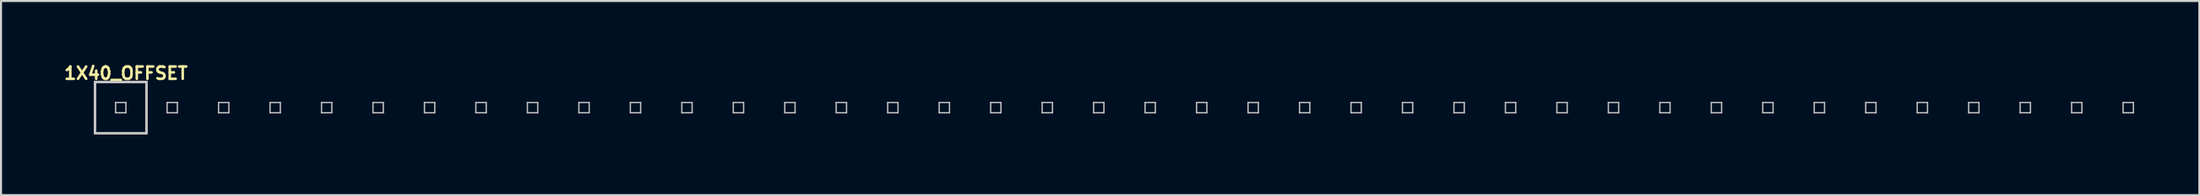
<source format=kicad_pcb>
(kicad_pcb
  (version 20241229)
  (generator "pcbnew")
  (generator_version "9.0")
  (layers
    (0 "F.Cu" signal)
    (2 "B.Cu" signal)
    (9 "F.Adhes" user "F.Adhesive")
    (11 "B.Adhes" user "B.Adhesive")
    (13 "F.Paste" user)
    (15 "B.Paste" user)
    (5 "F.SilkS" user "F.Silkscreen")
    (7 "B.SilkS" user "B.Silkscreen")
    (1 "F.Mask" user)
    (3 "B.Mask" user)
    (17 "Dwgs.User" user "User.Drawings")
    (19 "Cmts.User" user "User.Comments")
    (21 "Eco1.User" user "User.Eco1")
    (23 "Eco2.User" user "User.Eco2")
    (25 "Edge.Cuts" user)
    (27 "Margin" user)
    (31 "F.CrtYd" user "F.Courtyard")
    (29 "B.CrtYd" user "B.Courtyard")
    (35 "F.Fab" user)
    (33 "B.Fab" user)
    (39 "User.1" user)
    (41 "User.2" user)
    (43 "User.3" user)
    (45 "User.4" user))
  (footprint "1X40_OFFSET"
    (layer "F.Cu")
    (at 2.909 2.281)
    (property "Reference" "1X40_OFFSET" (at 0.254 -1.702 0) (layer "F.SilkS") (effects (font (size 0.61 0.61) (thickness 0.127))))
    (attr exclude_from_pos_files exclude_from_bom)
    (fp_line (start -1.27 -1.27) (end -1.27 1.27) (stroke (width 0.127) (type solid)) (layer "Dwgs.User"))
    (fp_line (start -1.27 1.27) (end 1.27 1.27) (stroke (width 0.127) (type solid)) (layer "Dwgs.User"))
    (fp_line (start -0.254 -0.254) (end 0.254 -0.254) (stroke (width 0.066) (type solid)) (layer "Dwgs.User"))
    (fp_line (start -0.254 0.254) (end -0.254 -0.254) (stroke (width 0.066) (type solid)) (layer "Dwgs.User"))
    (fp_line (start -0.254 0.254) (end 0.254 0.254) (stroke (width 0.066) (type solid)) (layer "Dwgs.User"))
    (fp_line (start 0.254 0.254) (end 0.254 -0.254) (stroke (width 0.066) (type solid)) (layer "Dwgs.User"))
    (fp_line (start 1.27 -1.27) (end -1.27 -1.27) (stroke (width 0.127) (type solid)) (layer "Dwgs.User"))
    (fp_line (start 1.27 1.27) (end 1.27 -1.27) (stroke (width 0.127) (type solid)) (layer "Dwgs.User"))
    (fp_line (start 2.286 -0.254) (end 2.794 -0.254) (stroke (width 0.066) (type solid)) (layer "Dwgs.User"))
    (fp_line (start 2.286 0.254) (end 2.286 -0.254) (stroke (width 0.066) (type solid)) (layer "Dwgs.User"))
    (fp_line (start 2.286 0.254) (end 2.794 0.254) (stroke (width 0.066) (type solid)) (layer "Dwgs.User"))
    (fp_line (start 2.794 0.254) (end 2.794 -0.254) (stroke (width 0.066) (type solid)) (layer "Dwgs.User"))
    (fp_line (start 4.826 -0.254) (end 5.334 -0.254) (stroke (width 0.066) (type solid)) (layer "Dwgs.User"))
    (fp_line (start 4.826 0.254) (end 4.826 -0.254) (stroke (width 0.066) (type solid)) (layer "Dwgs.User"))
    (fp_line (start 4.826 0.254) (end 5.334 0.254) (stroke (width 0.066) (type solid)) (layer "Dwgs.User"))
    (fp_line (start 5.334 0.254) (end 5.334 -0.254) (stroke (width 0.066) (type solid)) (layer "Dwgs.User"))
    (fp_line (start 7.366 -0.254) (end 7.874 -0.254) (stroke (width 0.066) (type solid)) (layer "Dwgs.User"))
    (fp_line (start 7.366 0.254) (end 7.366 -0.254) (stroke (width 0.066) (type solid)) (layer "Dwgs.User"))
    (fp_line (start 7.366 0.254) (end 7.874 0.254) (stroke (width 0.066) (type solid)) (layer "Dwgs.User"))
    (fp_line (start 7.874 0.254) (end 7.874 -0.254) (stroke (width 0.066) (type solid)) (layer "Dwgs.User"))
    (fp_line (start 9.906 -0.254) (end 10.414 -0.254) (stroke (width 0.066) (type solid)) (layer "Dwgs.User"))
    (fp_line (start 9.906 0.254) (end 9.906 -0.254) (stroke (width 0.066) (type solid)) (layer "Dwgs.User"))
    (fp_line (start 9.906 0.254) (end 10.414 0.254) (stroke (width 0.066) (type solid)) (layer "Dwgs.User"))
    (fp_line (start 10.414 0.254) (end 10.414 -0.254) (stroke (width 0.066) (type solid)) (layer "Dwgs.User"))
    (fp_line (start 12.446 -0.254) (end 12.954 -0.254) (stroke (width 0.066) (type solid)) (layer "Dwgs.User"))
    (fp_line (start 12.446 0.254) (end 12.446 -0.254) (stroke (width 0.066) (type solid)) (layer "Dwgs.User"))
    (fp_line (start 12.446 0.254) (end 12.954 0.254) (stroke (width 0.066) (type solid)) (layer "Dwgs.User"))
    (fp_line (start 12.954 0.254) (end 12.954 -0.254) (stroke (width 0.066) (type solid)) (layer "Dwgs.User"))
    (fp_line (start 14.986 -0.254) (end 15.494 -0.254) (stroke (width 0.066) (type solid)) (layer "Dwgs.User"))
    (fp_line (start 14.986 0.254) (end 14.986 -0.254) (stroke (width 0.066) (type solid)) (layer "Dwgs.User"))
    (fp_line (start 14.986 0.254) (end 15.494 0.254) (stroke (width 0.066) (type solid)) (layer "Dwgs.User"))
    (fp_line (start 15.494 0.254) (end 15.494 -0.254) (stroke (width 0.066) (type solid)) (layer "Dwgs.User"))
    (fp_line (start 17.523 -0.254) (end 18.034 -0.254) (stroke (width 0.066) (type solid)) (layer "Dwgs.User"))
    (fp_line (start 17.523 0.254) (end 17.523 -0.254) (stroke (width 0.066) (type solid)) (layer "Dwgs.User"))
    (fp_line (start 17.523 0.254) (end 18.034 0.254) (stroke (width 0.066) (type solid)) (layer "Dwgs.User"))
    (fp_line (start 18.034 0.254) (end 18.034 -0.254) (stroke (width 0.066) (type solid)) (layer "Dwgs.User"))
    (fp_line (start 20.066 -0.254) (end 20.574 -0.254) (stroke (width 0.066) (type solid)) (layer "Dwgs.User"))
    (fp_line (start 20.066 0.254) (end 20.066 -0.254) (stroke (width 0.066) (type solid)) (layer "Dwgs.User"))
    (fp_line (start 20.066 0.254) (end 20.574 0.254) (stroke (width 0.066) (type solid)) (layer "Dwgs.User"))
    (fp_line (start 20.574 0.254) (end 20.574 -0.254) (stroke (width 0.066) (type solid)) (layer "Dwgs.User"))
    (fp_line (start 22.606 -0.254) (end 23.114 -0.254) (stroke (width 0.066) (type solid)) (layer "Dwgs.User"))
    (fp_line (start 22.606 0.254) (end 22.606 -0.254) (stroke (width 0.066) (type solid)) (layer "Dwgs.User"))
    (fp_line (start 22.606 0.254) (end 23.114 0.254) (stroke (width 0.066) (type solid)) (layer "Dwgs.User"))
    (fp_line (start 23.114 0.254) (end 23.114 -0.254) (stroke (width 0.066) (type solid)) (layer "Dwgs.User"))
    (fp_line (start 25.146 -0.254) (end 25.654 -0.254) (stroke (width 0.066) (type solid)) (layer "Dwgs.User"))
    (fp_line (start 25.146 0.254) (end 25.146 -0.254) (stroke (width 0.066) (type solid)) (layer "Dwgs.User"))
    (fp_line (start 25.146 0.254) (end 25.654 0.254) (stroke (width 0.066) (type solid)) (layer "Dwgs.User"))
    (fp_line (start 25.654 0.254) (end 25.654 -0.254) (stroke (width 0.066) (type solid)) (layer "Dwgs.User"))
    (fp_line (start 27.686 -0.254) (end 28.194 -0.254) (stroke (width 0.066) (type solid)) (layer "Dwgs.User"))
    (fp_line (start 27.686 0.254) (end 27.686 -0.254) (stroke (width 0.066) (type solid)) (layer "Dwgs.User"))
    (fp_line (start 27.686 0.254) (end 28.194 0.254) (stroke (width 0.066) (type solid)) (layer "Dwgs.User"))
    (fp_line (start 28.194 0.254) (end 28.194 -0.254) (stroke (width 0.066) (type solid)) (layer "Dwgs.User"))
    (fp_line (start 30.226 -0.254) (end 30.734 -0.254) (stroke (width 0.066) (type solid)) (layer "Dwgs.User"))
    (fp_line (start 30.226 0.254) (end 30.226 -0.254) (stroke (width 0.066) (type solid)) (layer "Dwgs.User"))
    (fp_line (start 30.226 0.254) (end 30.734 0.254) (stroke (width 0.066) (type solid)) (layer "Dwgs.User"))
    (fp_line (start 30.734 0.254) (end 30.734 -0.254) (stroke (width 0.066) (type solid)) (layer "Dwgs.User"))
    (fp_line (start 32.766 -0.254) (end 33.274 -0.254) (stroke (width 0.066) (type solid)) (layer "Dwgs.User"))
    (fp_line (start 32.766 0.254) (end 32.766 -0.254) (stroke (width 0.066) (type solid)) (layer "Dwgs.User"))
    (fp_line (start 32.766 0.254) (end 33.274 0.254) (stroke (width 0.066) (type solid)) (layer "Dwgs.User"))
    (fp_line (start 33.274 0.254) (end 33.274 -0.254) (stroke (width 0.066) (type solid)) (layer "Dwgs.User"))
    (fp_line (start 35.303 -0.254) (end 35.814 -0.254) (stroke (width 0.066) (type solid)) (layer "Dwgs.User"))
    (fp_line (start 35.303 0.254) (end 35.303 -0.254) (stroke (width 0.066) (type solid)) (layer "Dwgs.User"))
    (fp_line (start 35.303 0.254) (end 35.814 0.254) (stroke (width 0.066) (type solid)) (layer "Dwgs.User"))
    (fp_line (start 35.814 0.254) (end 35.814 -0.254) (stroke (width 0.066) (type solid)) (layer "Dwgs.User"))
    (fp_line (start 37.846 -0.254) (end 38.354 -0.254) (stroke (width 0.066) (type solid)) (layer "Dwgs.User"))
    (fp_line (start 37.846 0.254) (end 37.846 -0.254) (stroke (width 0.066) (type solid)) (layer "Dwgs.User"))
    (fp_line (start 37.846 0.254) (end 38.354 0.254) (stroke (width 0.066) (type solid)) (layer "Dwgs.User"))
    (fp_line (start 38.354 0.254) (end 38.354 -0.254) (stroke (width 0.066) (type solid)) (layer "Dwgs.User"))
    (fp_line (start 40.386 -0.254) (end 40.894 -0.254) (stroke (width 0.066) (type solid)) (layer "Dwgs.User"))
    (fp_line (start 40.386 0.254) (end 40.386 -0.254) (stroke (width 0.066) (type solid)) (layer "Dwgs.User"))
    (fp_line (start 40.386 0.254) (end 40.894 0.254) (stroke (width 0.066) (type solid)) (layer "Dwgs.User"))
    (fp_line (start 40.894 0.254) (end 40.894 -0.254) (stroke (width 0.066) (type solid)) (layer "Dwgs.User"))
    (fp_line (start 42.926 -0.254) (end 43.434 -0.254) (stroke (width 0.066) (type solid)) (layer "Dwgs.User"))
    (fp_line (start 42.926 0.254) (end 42.926 -0.254) (stroke (width 0.066) (type solid)) (layer "Dwgs.User"))
    (fp_line (start 42.926 0.254) (end 43.434 0.254) (stroke (width 0.066) (type solid)) (layer "Dwgs.User"))
    (fp_line (start 43.434 0.254) (end 43.434 -0.254) (stroke (width 0.066) (type solid)) (layer "Dwgs.User"))
    (fp_line (start 45.466 -0.254) (end 45.974 -0.254) (stroke (width 0.066) (type solid)) (layer "Dwgs.User"))
    (fp_line (start 45.466 0.254) (end 45.466 -0.254) (stroke (width 0.066) (type solid)) (layer "Dwgs.User"))
    (fp_line (start 45.466 0.254) (end 45.974 0.254) (stroke (width 0.066) (type solid)) (layer "Dwgs.User"))
    (fp_line (start 45.974 0.254) (end 45.974 -0.254) (stroke (width 0.066) (type solid)) (layer "Dwgs.User"))
    (fp_line (start 48.006 -0.254) (end 48.514 -0.254) (stroke (width 0.066) (type solid)) (layer "Dwgs.User"))
    (fp_line (start 48.006 0.254) (end 48.006 -0.254) (stroke (width 0.066) (type solid)) (layer "Dwgs.User"))
    (fp_line (start 48.006 0.254) (end 48.514 0.254) (stroke (width 0.066) (type solid)) (layer "Dwgs.User"))
    (fp_line (start 48.514 0.254) (end 48.514 -0.254) (stroke (width 0.066) (type solid)) (layer "Dwgs.User"))
    (fp_line (start 50.546 -0.254) (end 51.051 -0.254) (stroke (width 0.066) (type solid)) (layer "Dwgs.User"))
    (fp_line (start 50.546 0.254) (end 50.546 -0.254) (stroke (width 0.066) (type solid)) (layer "Dwgs.User"))
    (fp_line (start 50.546 0.254) (end 51.051 0.254) (stroke (width 0.066) (type solid)) (layer "Dwgs.User"))
    (fp_line (start 51.051 0.254) (end 51.051 -0.254) (stroke (width 0.066) (type solid)) (layer "Dwgs.User"))
    (fp_line (start 53.086 -0.254) (end 53.594 -0.254) (stroke (width 0.066) (type solid)) (layer "Dwgs.User"))
    (fp_line (start 53.086 0.254) (end 53.086 -0.254) (stroke (width 0.066) (type solid)) (layer "Dwgs.User"))
    (fp_line (start 53.086 0.254) (end 53.594 0.254) (stroke (width 0.066) (type solid)) (layer "Dwgs.User"))
    (fp_line (start 53.594 0.254) (end 53.594 -0.254) (stroke (width 0.066) (type solid)) (layer "Dwgs.User"))
    (fp_line (start 55.626 -0.254) (end 56.134 -0.254) (stroke (width 0.066) (type solid)) (layer "Dwgs.User"))
    (fp_line (start 55.626 0.254) (end 55.626 -0.254) (stroke (width 0.066) (type solid)) (layer "Dwgs.User"))
    (fp_line (start 55.626 0.254) (end 56.134 0.254) (stroke (width 0.066) (type solid)) (layer "Dwgs.User"))
    (fp_line (start 56.134 0.254) (end 56.134 -0.254) (stroke (width 0.066) (type solid)) (layer "Dwgs.User"))
    (fp_line (start 58.166 -0.254) (end 58.674 -0.254) (stroke (width 0.066) (type solid)) (layer "Dwgs.User"))
    (fp_line (start 58.166 0.254) (end 58.166 -0.254) (stroke (width 0.066) (type solid)) (layer "Dwgs.User"))
    (fp_line (start 58.166 0.254) (end 58.674 0.254) (stroke (width 0.066) (type solid)) (layer "Dwgs.User"))
    (fp_line (start 58.674 0.254) (end 58.674 -0.254) (stroke (width 0.066) (type solid)) (layer "Dwgs.User"))
    (fp_line (start 60.706 -0.254) (end 61.214 -0.254) (stroke (width 0.066) (type solid)) (layer "Dwgs.User"))
    (fp_line (start 60.706 0.254) (end 60.706 -0.254) (stroke (width 0.066) (type solid)) (layer "Dwgs.User"))
    (fp_line (start 60.706 0.254) (end 61.214 0.254) (stroke (width 0.066) (type solid)) (layer "Dwgs.User"))
    (fp_line (start 61.214 0.254) (end 61.214 -0.254) (stroke (width 0.066) (type solid)) (layer "Dwgs.User"))
    (fp_line (start 63.246 -0.254) (end 63.751 -0.254) (stroke (width 0.066) (type solid)) (layer "Dwgs.User"))
    (fp_line (start 63.246 0.254) (end 63.246 -0.254) (stroke (width 0.066) (type solid)) (layer "Dwgs.User"))
    (fp_line (start 63.246 0.254) (end 63.751 0.254) (stroke (width 0.066) (type solid)) (layer "Dwgs.User"))
    (fp_line (start 63.751 0.254) (end 63.751 -0.254) (stroke (width 0.066) (type solid)) (layer "Dwgs.User"))
    (fp_line (start 65.786 -0.254) (end 66.294 -0.254) (stroke (width 0.066) (type solid)) (layer "Dwgs.User"))
    (fp_line (start 65.786 0.254) (end 65.786 -0.254) (stroke (width 0.066) (type solid)) (layer "Dwgs.User"))
    (fp_line (start 65.786 0.254) (end 66.294 0.254) (stroke (width 0.066) (type solid)) (layer "Dwgs.User"))
    (fp_line (start 66.294 0.254) (end 66.294 -0.254) (stroke (width 0.066) (type solid)) (layer "Dwgs.User"))
    (fp_line (start 68.326 -0.254) (end 68.834 -0.254) (stroke (width 0.066) (type solid)) (layer "Dwgs.User"))
    (fp_line (start 68.326 0.254) (end 68.326 -0.254) (stroke (width 0.066) (type solid)) (layer "Dwgs.User"))
    (fp_line (start 68.326 0.254) (end 68.834 0.254) (stroke (width 0.066) (type solid)) (layer "Dwgs.User"))
    (fp_line (start 68.834 0.254) (end 68.834 -0.254) (stroke (width 0.066) (type solid)) (layer "Dwgs.User"))
    (fp_line (start 70.866 -0.254) (end 71.374 -0.254) (stroke (width 0.066) (type solid)) (layer "Dwgs.User"))
    (fp_line (start 70.866 0.254) (end 70.866 -0.254) (stroke (width 0.066) (type solid)) (layer "Dwgs.User"))
    (fp_line (start 70.866 0.254) (end 71.374 0.254) (stroke (width 0.066) (type solid)) (layer "Dwgs.User"))
    (fp_line (start 71.374 0.254) (end 71.374 -0.254) (stroke (width 0.066) (type solid)) (layer "Dwgs.User"))
    (fp_line (start 73.406 -0.254) (end 73.914 -0.254) (stroke (width 0.066) (type solid)) (layer "Dwgs.User"))
    (fp_line (start 73.406 0.254) (end 73.406 -0.254) (stroke (width 0.066) (type solid)) (layer "Dwgs.User"))
    (fp_line (start 73.406 0.254) (end 73.914 0.254) (stroke (width 0.066) (type solid)) (layer "Dwgs.User"))
    (fp_line (start 73.914 0.254) (end 73.914 -0.254) (stroke (width 0.066) (type solid)) (layer "Dwgs.User"))
    (fp_line (start 75.946 -0.254) (end 76.451 -0.254) (stroke (width 0.066) (type solid)) (layer "Dwgs.User"))
    (fp_line (start 75.946 0.254) (end 75.946 -0.254) (stroke (width 0.066) (type solid)) (layer "Dwgs.User"))
    (fp_line (start 75.946 0.254) (end 76.451 0.254) (stroke (width 0.066) (type solid)) (layer "Dwgs.User"))
    (fp_line (start 76.451 0.254) (end 76.451 -0.254) (stroke (width 0.066) (type solid)) (layer "Dwgs.User"))
    (fp_line (start 78.486 -0.254) (end 78.994 -0.254) (stroke (width 0.066) (type solid)) (layer "Dwgs.User"))
    (fp_line (start 78.486 0.254) (end 78.486 -0.254) (stroke (width 0.066) (type solid)) (layer "Dwgs.User"))
    (fp_line (start 78.486 0.254) (end 78.994 0.254) (stroke (width 0.066) (type solid)) (layer "Dwgs.User"))
    (fp_line (start 78.994 0.254) (end 78.994 -0.254) (stroke (width 0.066) (type solid)) (layer "Dwgs.User"))
    (fp_line (start 81.026 -0.254) (end 81.534 -0.254) (stroke (width 0.066) (type solid)) (layer "Dwgs.User"))
    (fp_line (start 81.026 0.254) (end 81.026 -0.254) (stroke (width 0.066) (type solid)) (layer "Dwgs.User"))
    (fp_line (start 81.026 0.254) (end 81.534 0.254) (stroke (width 0.066) (type solid)) (layer "Dwgs.User"))
    (fp_line (start 81.534 0.254) (end 81.534 -0.254) (stroke (width 0.066) (type solid)) (layer "Dwgs.User"))
    (fp_line (start 83.566 -0.254) (end 84.074 -0.254) (stroke (width 0.066) (type solid)) (layer "Dwgs.User"))
    (fp_line (start 83.566 0.254) (end 83.566 -0.254) (stroke (width 0.066) (type solid)) (layer "Dwgs.User"))
    (fp_line (start 83.566 0.254) (end 84.074 0.254) (stroke (width 0.066) (type solid)) (layer "Dwgs.User"))
    (fp_line (start 84.074 0.254) (end 84.074 -0.254) (stroke (width 0.066) (type solid)) (layer "Dwgs.User"))
    (fp_line (start 86.106 -0.254) (end 86.614 -0.254) (stroke (width 0.066) (type solid)) (layer "Dwgs.User"))
    (fp_line (start 86.106 0.254) (end 86.106 -0.254) (stroke (width 0.066) (type solid)) (layer "Dwgs.User"))
    (fp_line (start 86.106 0.254) (end 86.614 0.254) (stroke (width 0.066) (type solid)) (layer "Dwgs.User"))
    (fp_line (start 86.614 0.254) (end 86.614 -0.254) (stroke (width 0.066) (type solid)) (layer "Dwgs.User"))
    (fp_line (start 88.646 -0.254) (end 89.154 -0.254) (stroke (width 0.066) (type solid)) (layer "Dwgs.User"))
    (fp_line (start 88.646 0.254) (end 88.646 -0.254) (stroke (width 0.066) (type solid)) (layer "Dwgs.User"))
    (fp_line (start 88.646 0.254) (end 89.154 0.254) (stroke (width 0.066) (type solid)) (layer "Dwgs.User"))
    (fp_line (start 89.154 0.254) (end 89.154 -0.254) (stroke (width 0.066) (type solid)) (layer "Dwgs.User"))
    (fp_line (start 91.186 -0.254) (end 91.694 -0.254) (stroke (width 0.066) (type solid)) (layer "Dwgs.User"))
    (fp_line (start 91.186 0.254) (end 91.186 -0.254) (stroke (width 0.066) (type solid)) (layer "Dwgs.User"))
    (fp_line (start 91.186 0.254) (end 91.694 0.254) (stroke (width 0.066) (type solid)) (layer "Dwgs.User"))
    (fp_line (start 91.694 0.254) (end 91.694 -0.254) (stroke (width 0.066) (type solid)) (layer "Dwgs.User"))
    (fp_line (start 93.726 -0.254) (end 94.234 -0.254) (stroke (width 0.066) (type solid)) (layer "Dwgs.User"))
    (fp_line (start 93.726 0.254) (end 93.726 -0.254) (stroke (width 0.066) (type solid)) (layer "Dwgs.User"))
    (fp_line (start 93.726 0.254) (end 94.234 0.254) (stroke (width 0.066) (type solid)) (layer "Dwgs.User"))
    (fp_line (start 94.234 0.254) (end 94.234 -0.254) (stroke (width 0.066) (type solid)) (layer "Dwgs.User"))
    (fp_line (start 96.266 -0.254) (end 96.774 -0.254) (stroke (width 0.066) (type solid)) (layer "Dwgs.User"))
    (fp_line (start 96.266 0.254) (end 96.266 -0.254) (stroke (width 0.066) (type solid)) (layer "Dwgs.User"))
    (fp_line (start 96.266 0.254) (end 96.774 0.254) (stroke (width 0.066) (type solid)) (layer "Dwgs.User"))
    (fp_line (start 96.774 0.254) (end 96.774 -0.254) (stroke (width 0.066) (type solid)) (layer "Dwgs.User"))
    (fp_line (start 98.806 -0.254) (end 99.314 -0.254) (stroke (width 0.066) (type solid)) (layer "Dwgs.User"))
    (fp_line (start 98.806 0.254) (end 98.806 -0.254) (stroke (width 0.066) (type solid)) (layer "Dwgs.User"))
    (fp_line (start 98.806 0.254) (end 99.314 0.254) (stroke (width 0.066) (type solid)) (layer "Dwgs.User"))
    (fp_line (start 99.314 0.254) (end 99.314 -0.254) (stroke (width 0.066) (type solid)) (layer "Dwgs.User"))
    (pad "1" thru_hole rect (at 0 0) (size 0.001 0.001) (drill 1.016) (layers "*.Cu" "*.Mask"))
    (pad "2" thru_hole rect (at 2.54 0) (size 0.001 0.001) (drill 1.016) (layers "*.Cu" "*.Mask"))
    (pad "3" thru_hole rect (at 5.08 0) (size 0.001 0.001) (drill 1.016) (layers "*.Cu" "*.Mask"))
    (pad "4" thru_hole rect (at 7.62 0) (size 0.001 0.001) (drill 1.016) (layers "*.Cu" "*.Mask"))
    (pad "5" thru_hole rect (at 10.16 0) (size 0.001 0.001) (drill 1.016) (layers "*.Cu" "*.Mask"))
    (pad "6" thru_hole rect (at 12.7 0) (size 0.001 0.001) (drill 1.016) (layers "*.Cu" "*.Mask"))
    (pad "7" thru_hole rect (at 15.24 0) (size 0.001 0.001) (drill 1.016) (layers "*.Cu" "*.Mask"))
    (pad "8" thru_hole rect (at 17.78 0) (size 0.001 0.001) (drill 1.016) (layers "*.Cu" "*.Mask"))
    (pad "9" thru_hole rect (at 20.32 0) (size 0.001 0.001) (drill 1.016) (layers "*.Cu" "*.Mask"))
    (pad "10" thru_hole rect (at 22.86 0) (size 0.001 0.001) (drill 1.016) (layers "*.Cu" "*.Mask"))
    (pad "11" thru_hole rect (at 25.4 0) (size 0.001 0.001) (drill 1.016) (layers "*.Cu" "*.Mask"))
    (pad "12" thru_hole rect (at 27.94 0) (size 0.001 0.001) (drill 1.016) (layers "*.Cu" "*.Mask"))
    (pad "13" thru_hole rect (at 30.48 0) (size 0.001 0.001) (drill 1.016) (layers "*.Cu" "*.Mask"))
    (pad "14" thru_hole rect (at 33.02 0) (size 0.001 0.001) (drill 1.016) (layers "*.Cu" "*.Mask"))
    (pad "15" thru_hole rect (at 35.56 0) (size 0.001 0.001) (drill 1.016) (layers "*.Cu" "*.Mask"))
    (pad "16" thru_hole rect (at 38.1 0) (size 0.001 0.001) (drill 1.016) (layers "*.Cu" "*.Mask"))
    (pad "17" thru_hole rect (at 40.64 0) (size 0.001 0.001) (drill 1.016) (layers "*.Cu" "*.Mask"))
    (pad "18" thru_hole rect (at 43.18 0) (size 0.001 0.001) (drill 1.016) (layers "*.Cu" "*.Mask"))
    (pad "19" thru_hole rect (at 45.72 0) (size 0.001 0.001) (drill 1.016) (layers "*.Cu" "*.Mask"))
    (pad "20" thru_hole rect (at 48.26 0) (size 0.001 0.001) (drill 1.016) (layers "*.Cu" "*.Mask"))
    (pad "21" thru_hole rect (at 50.8 0) (size 0.001 0.001) (drill 1.016) (layers "*.Cu" "*.Mask"))
    (pad "22" thru_hole rect (at 53.34 0) (size 0.001 0.001) (drill 1.016) (layers "*.Cu" "*.Mask"))
    (pad "23" thru_hole rect (at 55.88 0) (size 0.001 0.001) (drill 1.016) (layers "*.Cu" "*.Mask"))
    (pad "24" thru_hole rect (at 58.42 0) (size 0.001 0.001) (drill 1.016) (layers "*.Cu" "*.Mask"))
    (pad "25" thru_hole rect (at 60.96 0) (size 0.001 0.001) (drill 1.016) (layers "*.Cu" "*.Mask"))
    (pad "26" thru_hole rect (at 63.5 0) (size 0.001 0.001) (drill 1.016) (layers "*.Cu" "*.Mask"))
    (pad "27" thru_hole rect (at 66.04 0) (size 0.001 0.001) (drill 1.016) (layers "*.Cu" "*.Mask"))
    (pad "28" thru_hole rect (at 68.58 0) (size 0.001 0.001) (drill 1.016) (layers "*.Cu" "*.Mask"))
    (pad "29" thru_hole rect (at 71.12 0) (size 0.001 0.001) (drill 1.016) (layers "*.Cu" "*.Mask"))
    (pad "30" thru_hole rect (at 73.66 0) (size 0.001 0.001) (drill 1.016) (layers "*.Cu" "*.Mask"))
    (pad "31" thru_hole rect (at 76.2 0) (size 0.001 0.001) (drill 1.016) (layers "*.Cu" "*.Mask"))
    (pad "32" thru_hole rect (at 78.74 0) (size 0.001 0.001) (drill 1.016) (layers "*.Cu" "*.Mask"))
    (pad "33" thru_hole rect (at 81.28 0) (size 0.001 0.001) (drill 1.016) (layers "*.Cu" "*.Mask"))
    (pad "34" thru_hole rect (at 83.82 0) (size 0.001 0.001) (drill 1.016) (layers "*.Cu" "*.Mask"))
    (pad "35" thru_hole rect (at 86.36 0) (size 0.001 0.001) (drill 1.016) (layers "*.Cu" "*.Mask"))
    (pad "36" thru_hole rect (at 88.9 0) (size 0.001 0.001) (drill 1.016) (layers "*.Cu" "*.Mask"))
    (pad "37" thru_hole rect (at 91.44 0) (size 0.001 0.001) (drill 1.016) (layers "*.Cu" "*.Mask"))
    (pad "38" thru_hole rect (at 93.98 0) (size 0.001 0.001) (drill 1.016) (layers "*.Cu" "*.Mask"))
    (pad "39" thru_hole rect (at 96.52 0) (size 0.001 0.001) (drill 1.016) (layers "*.Cu" "*.Mask"))
    (pad "40" thru_hole rect (at 99.06 0) (size 0.001 0.001) (drill 1.016) (layers "*.Cu" "*.Mask")))
  (gr_rect
    (start -3 -3)
    (end 105.477 6.615)
    (stroke (width 0.1) (type default))
    (fill no)
    (layer "Edge.Cuts")))
</source>
